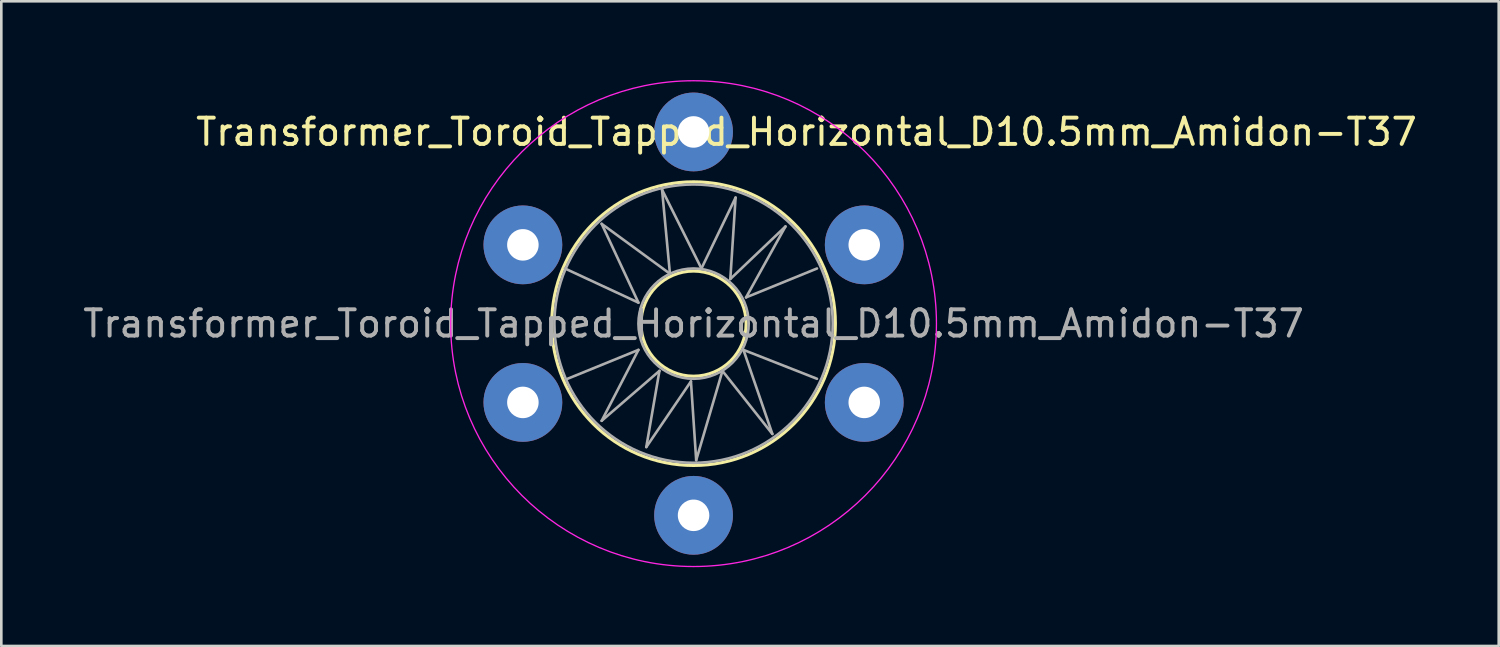
<source format=kicad_pcb>
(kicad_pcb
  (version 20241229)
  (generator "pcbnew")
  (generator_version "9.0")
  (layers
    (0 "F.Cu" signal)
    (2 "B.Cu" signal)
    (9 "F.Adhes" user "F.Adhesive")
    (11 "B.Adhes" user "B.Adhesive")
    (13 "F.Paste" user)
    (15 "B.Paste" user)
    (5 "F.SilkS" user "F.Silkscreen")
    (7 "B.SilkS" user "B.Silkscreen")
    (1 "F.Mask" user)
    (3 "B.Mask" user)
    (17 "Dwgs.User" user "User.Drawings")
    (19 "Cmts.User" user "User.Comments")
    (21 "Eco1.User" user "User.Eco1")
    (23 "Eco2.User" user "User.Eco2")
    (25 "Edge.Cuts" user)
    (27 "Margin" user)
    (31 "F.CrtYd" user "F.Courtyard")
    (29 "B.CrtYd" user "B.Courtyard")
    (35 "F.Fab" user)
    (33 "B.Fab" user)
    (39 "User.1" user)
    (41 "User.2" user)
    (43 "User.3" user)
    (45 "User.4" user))
  (footprint "Transformer_Toroid_Tapped_Horizontal_D10.5mm_Amidon-T37"
    (layer "F.Cu")
    (at 16.863 12.275)
    (property "Reference" "Transformer_Toroid_Tapped_Horizontal_D10.5mm_Amidon-T37" (at 10.8 -10.3 0) (layer "F.SilkS") (effects (font (size 1 1) (thickness 0.15))))
    (attr through_hole)
    (fp_circle (center 6.5 -3) (end 8.5 -3.1) (stroke (width 0.12) (type solid)) (fill no) (layer "F.SilkS"))
    (fp_circle (center 6.5 -3) (end 11.9 -3) (stroke (width 0.12) (type solid)) (fill no) (layer "F.SilkS"))
    (fp_circle (center 6.5 -3) (end 6.5 -12.25) (stroke (width 0.05) (type solid)) (fill no) (layer "F.CrtYd"))
    (fp_line (start 1.6 -5.1) (end 4.4 -3.8) (stroke (width 0.1) (type solid)) (layer "F.Fab"))
    (fp_line (start 1.7 -0.9) (end 4.4 -2) (stroke (width 0.1) (type solid)) (layer "F.Fab"))
    (fp_line (start 3 -6.8) (end 5.6 -4.9) (stroke (width 0.1) (type solid)) (layer "F.Fab"))
    (fp_line (start 3 0.7) (end 5.2 -1.2) (stroke (width 0.1) (type solid)) (layer "F.Fab"))
    (fp_line (start 4.4 -3.8) (end 3 -6.8) (stroke (width 0.1) (type solid)) (layer "F.Fab"))
    (fp_line (start 4.4 -2) (end 3 0.7) (stroke (width 0.1) (type solid)) (layer "F.Fab"))
    (fp_line (start 4.7 1.7) (end 6.4 -0.8) (stroke (width 0.1) (type solid)) (layer "F.Fab"))
    (fp_line (start 5.2 -1.2) (end 4.7 1.7) (stroke (width 0.1) (type solid)) (layer "F.Fab"))
    (fp_line (start 5.3 -8.1) (end 6.8 -5.1) (stroke (width 0.1) (type solid)) (layer "F.Fab"))
    (fp_line (start 5.6 -4.9) (end 5.3 -8.1) (stroke (width 0.1) (type solid)) (layer "F.Fab"))
    (fp_line (start 6.4 -0.8) (end 6.6 2.2) (stroke (width 0.1) (type solid)) (layer "F.Fab"))
    (fp_line (start 6.6 2.2) (end 7.6 -1.2) (stroke (width 0.1) (type solid)) (layer "F.Fab"))
    (fp_line (start 6.8 -5.1) (end 8.1 -7.8) (stroke (width 0.1) (type solid)) (layer "F.Fab"))
    (fp_line (start 7.6 -1.2) (end 9.5 1.2) (stroke (width 0.1) (type solid)) (layer "F.Fab"))
    (fp_line (start 7.9 -4.7) (end 10 -6.7) (stroke (width 0.1) (type solid)) (layer "F.Fab"))
    (fp_line (start 8.1 -7.8) (end 7.9 -4.7) (stroke (width 0.1) (type solid)) (layer "F.Fab"))
    (fp_line (start 8.4 -2) (end 11.2 -0.9) (stroke (width 0.1) (type solid)) (layer "F.Fab"))
    (fp_line (start 8.5 -4) (end 11.2 -5.1) (stroke (width 0.1) (type solid)) (layer "F.Fab"))
    (fp_line (start 9.5 1.2) (end 8.4 -2) (stroke (width 0.1) (type solid)) (layer "F.Fab"))
    (fp_line (start 10 -6.7) (end 8.5 -4) (stroke (width 0.1) (type solid)) (layer "F.Fab"))
    (fp_circle (center 6.5 -3) (end 8.6 -3) (stroke (width 0.1) (type solid)) (fill no) (layer "F.Fab"))
    (fp_circle (center 6.5 -3) (end 11.8 -3) (stroke (width 0.1) (type solid)) (fill no) (layer "F.Fab"))
    (fp_text user "${REFERENCE}" (at 6.5 -3 0) (layer "F.Fab") (effects (font (size 1 1) (thickness 0.15))))
    (pad "1" thru_hole circle (at 0 0) (size 3 3) (drill 1.2) (layers "*.Cu" "*.Mask"))
    (pad "2" thru_hole circle (at 6.5 4.3) (size 3 3) (drill 1.2) (layers "*.Cu" "*.Mask"))
    (pad "3" thru_hole circle (at 13 0) (size 3 3) (drill 1.2) (layers "*.Cu" "*.Mask"))
    (pad "4" thru_hole circle (at 0 -6) (size 3 3) (drill 1.2) (layers "*.Cu" "*.Mask"))
    (pad "5" thru_hole circle (at 6.5 -10.3) (size 3 3) (drill 1.2) (layers "*.Cu" "*.Mask"))
    (pad "6" thru_hole circle (at 13 -6) (size 3 3) (drill 1.2) (layers "*.Cu" "*.Mask")))
  (gr_rect
    (start -3 -3)
    (end 54.026 21.55)
    (stroke (width 0.1) (type default))
    (fill no)
    (layer "Edge.Cuts")))
</source>
